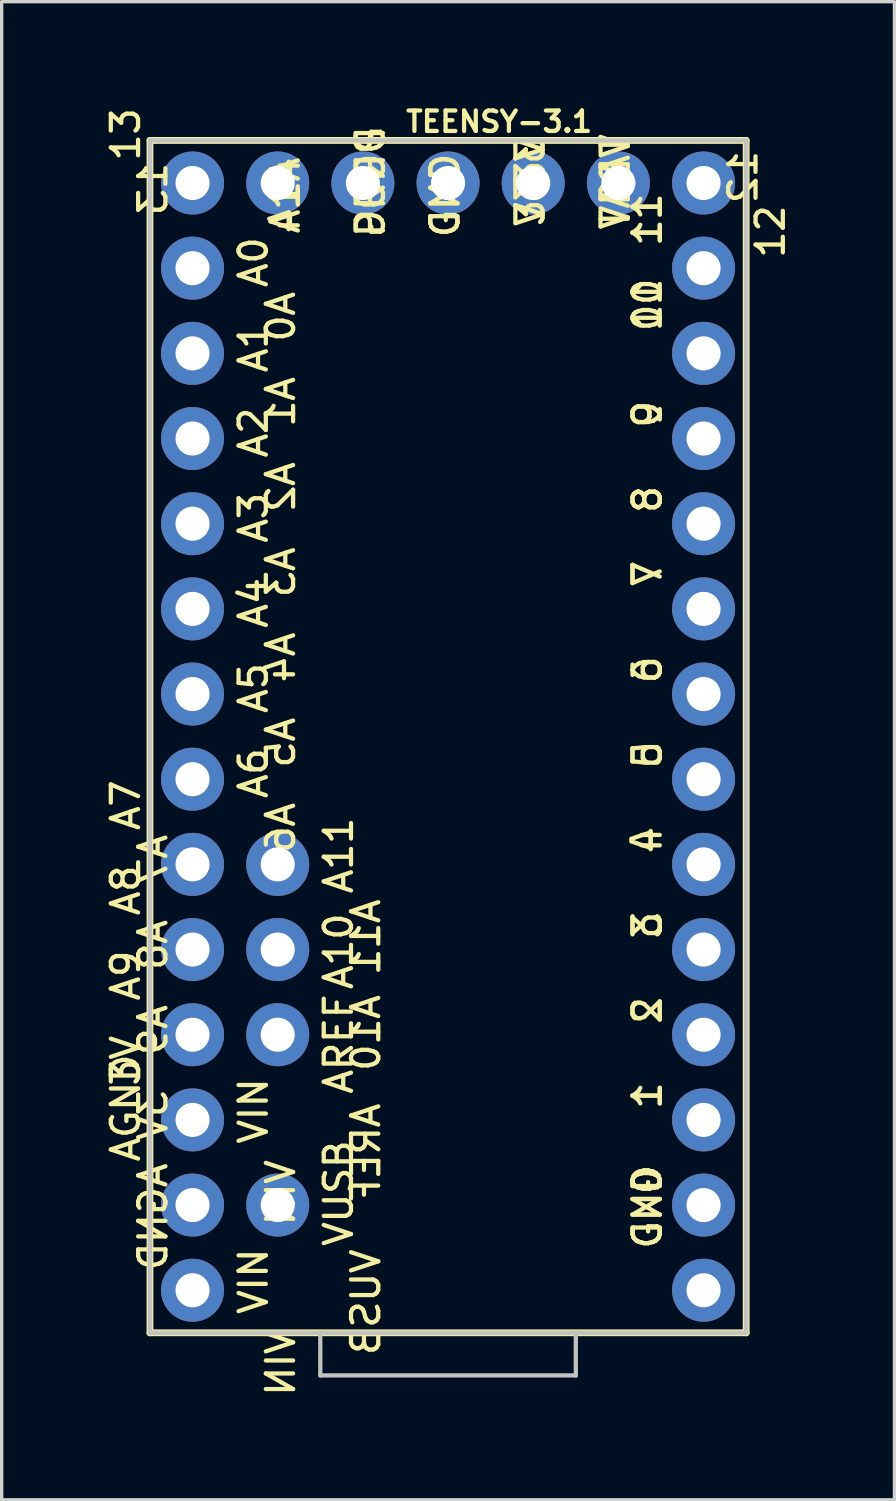
<source format=kicad_pcb>
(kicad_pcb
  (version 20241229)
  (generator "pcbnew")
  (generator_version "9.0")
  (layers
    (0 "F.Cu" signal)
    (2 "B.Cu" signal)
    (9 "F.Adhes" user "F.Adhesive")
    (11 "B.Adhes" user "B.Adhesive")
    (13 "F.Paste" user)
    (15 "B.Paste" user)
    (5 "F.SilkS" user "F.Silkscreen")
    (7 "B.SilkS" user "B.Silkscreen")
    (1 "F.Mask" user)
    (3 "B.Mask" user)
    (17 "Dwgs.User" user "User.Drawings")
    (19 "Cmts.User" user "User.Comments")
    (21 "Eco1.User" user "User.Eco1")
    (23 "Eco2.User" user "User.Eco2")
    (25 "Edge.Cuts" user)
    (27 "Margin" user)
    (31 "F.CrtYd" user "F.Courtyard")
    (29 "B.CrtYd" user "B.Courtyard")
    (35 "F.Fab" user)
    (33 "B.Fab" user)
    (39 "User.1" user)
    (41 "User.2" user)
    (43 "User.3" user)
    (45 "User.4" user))
  (footprint "TEENSY-3.1"
    (layer "F.Cu")
    (at 10.312 18.918)
    (property "Reference" "TEENSY-3.1" (at 1.524 -18.339 0) (layer "F.SilkS") (effects (font (size 0.61 0.61) (thickness 0.127))))
    (attr exclude_from_pos_files exclude_from_bom)
    (fp_line (start -8.89 -17.78) (end 8.89 -17.78) (stroke (width 0.127) (type solid)) (layer "F.SilkS"))
    (fp_line (start -8.89 -17.78) (end 8.89 -17.78) (stroke (width 0.203) (type solid)) (layer "F.SilkS"))
    (fp_line (start -8.89 17.78) (end -8.89 -17.78) (stroke (width 0.127) (type solid)) (layer "F.SilkS"))
    (fp_line (start -8.89 17.78) (end -8.89 -17.78) (stroke (width 0.203) (type solid)) (layer "F.SilkS"))
    (fp_line (start 8.89 -17.78) (end 8.89 17.78) (stroke (width 0.127) (type solid)) (layer "F.SilkS"))
    (fp_line (start 8.89 -17.78) (end 8.89 17.78) (stroke (width 0.203) (type solid)) (layer "F.SilkS"))
    (fp_line (start 8.89 17.78) (end -8.89 17.78) (stroke (width 0.127) (type solid)) (layer "F.SilkS"))
    (fp_line (start 8.89 17.78) (end -8.89 17.78) (stroke (width 0.203) (type solid)) (layer "F.SilkS"))
    (fp_line (start -8.89 -17.78) (end 8.89 -17.78) (stroke (width 0.127) (type solid)) (layer "Dwgs.User"))
    (fp_line (start -8.89 17.78) (end -8.89 -17.78) (stroke (width 0.127) (type solid)) (layer "Dwgs.User"))
    (fp_line (start -3.81 17.78) (end -8.89 17.78) (stroke (width 0.127) (type solid)) (layer "Dwgs.User"))
    (fp_line (start -3.81 19.05) (end -3.81 17.78) (stroke (width 0.127) (type solid)) (layer "Dwgs.User"))
    (fp_line (start -3.81 19.05) (end 3.81 19.05) (stroke (width 0.127) (type solid)) (layer "Dwgs.User"))
    (fp_line (start 3.81 17.78) (end -3.81 17.78) (stroke (width 0.127) (type solid)) (layer "Dwgs.User"))
    (fp_line (start 3.81 19.05) (end 3.81 17.78) (stroke (width 0.127) (type solid)) (layer "Dwgs.User"))
    (fp_line (start 8.89 -17.78) (end 8.89 17.78) (stroke (width 0.127) (type solid)) (layer "Dwgs.User"))
    (fp_line (start 8.89 17.78) (end 3.81 17.78) (stroke (width 0.127) (type solid)) (layer "Dwgs.User"))
    (fp_text user "3" (at 5.944 5.626 90) (layer "F.SilkS") (effects (font (size 0.813 0.813) (thickness 0.127))))
    (fp_text user "A14" (at -4.851 -16.139 90) (layer "F.SilkS") (effects (font (size 0.813 0.813) (thickness 0.127)) (justify mirror)))
    (fp_text user "GND" (at -0.089 -16.139 90) (layer "F.SilkS") (effects (font (size 0.813 0.813) (thickness 0.127)) (justify mirror)))
    (fp_text user "A6" (at -4.991 2.718 270) (layer "F.SilkS") (effects (font (size 0.813 0.813) (thickness 0.127)) (justify mirror)))
    (fp_text user "7" (at 5.944 -4.851 90) (layer "F.SilkS") (effects (font (size 0.813 0.813) (thickness 0.127)) (justify mirror)))
    (fp_text user "A9" (at -8.799 8.748 270) (layer "F.SilkS") (effects (font (size 0.813 0.813) (thickness 0.127)) (justify mirror)))
    (fp_text user "VUSB" (at -3.264 13.614 90) (layer "F.SilkS") (effects (font (size 0.813 0.813) (thickness 0.127))))
    (fp_text user "A5" (at -5.804 -1.448 90) (layer "F.SilkS") (effects (font (size 0.813 0.813) (thickness 0.127))))
    (fp_text user "0" (at 5.944 13.246 90) (layer "F.SilkS") (effects (font (size 0.813 0.813) (thickness 0.127)) (justify mirror)))
    (fp_text user "A4" (at -4.991 -2.362 270) (layer "F.SilkS") (effects (font (size 0.813 0.813) (thickness 0.127)) (justify mirror)))
    (fp_text user "A14" (at -4.851 -16.139 90) (layer "F.SilkS") (effects (font (size 0.813 0.813) (thickness 0.127))))
    (fp_text user "A5" (at -4.991 0.178 270) (layer "F.SilkS") (effects (font (size 0.813 0.813) (thickness 0.127)) (justify mirror)))
    (fp_text user "3V" (at -8.799 11.29 270) (layer "F.SilkS") (effects (font (size 0.813 0.813) (thickness 0.127)) (justify mirror)))
    (fp_text user "12" (at 8.799 -16.688 90) (layer "F.SilkS") (effects (font (size 0.813 0.813) (thickness 0.127)) (justify mirror)))
    (fp_text user "2" (at 5.944 8.166 90) (layer "F.SilkS") (effects (font (size 0.813 0.813) (thickness 0.127)) (justify mirror)))
    (fp_text user "A4" (at -5.804 -3.988 90) (layer "F.SilkS") (effects (font (size 0.813 0.813) (thickness 0.127))))
    (fp_text user "8" (at 5.944 -7.074 90) (layer "F.SilkS") (effects (font (size 0.813 0.813) (thickness 0.127))))
    (fp_text user "9" (at 5.944 -9.614 90) (layer "F.SilkS") (effects (font (size 0.813 0.813) (thickness 0.127)) (justify mirror)))
    (fp_text user "11" (at 5.944 -15.418 90) (layer "F.SilkS") (effects (font (size 0.813 0.813) (thickness 0.127))))
    (fp_text user "A0" (at -5.804 -14.148 90) (layer "F.SilkS") (effects (font (size 0.813 0.813) (thickness 0.127))))
    (fp_text user "VIN" (at -5.804 16.243 90) (layer "F.SilkS") (effects (font (size 0.813 0.813) (thickness 0.127))))
    (fp_text user "4" (at 5.944 3.086 90) (layer "F.SilkS") (effects (font (size 0.813 0.813) (thickness 0.127))))
    (fp_text user "GND" (at -0.089 -16.139 90) (layer "F.SilkS") (effects (font (size 0.813 0.813) (thickness 0.127))))
    (fp_text user "A10" (at -3.264 6.401 90) (layer "F.SilkS") (effects (font (size 0.813 0.813) (thickness 0.127))))
    (fp_text user "VUSB" (at -2.451 16.866 270) (layer "F.SilkS") (effects (font (size 0.813 0.813) (thickness 0.127)) (justify mirror)))
    (fp_text user "VBAT" (at 4.991 -16.548 90) (layer "F.SilkS") (effects (font (size 0.813 0.813) (thickness 0.127))))
    (fp_text user "VIN" (at -4.991 13.602 270) (layer "F.SilkS") (effects (font (size 0.813 0.813) (thickness 0.127)) (justify mirror)))
    (fp_text user "3.3V" (at 2.451 -16.548 90) (layer "F.SilkS") (effects (font (size 0.813 0.813) (thickness 0.127))))
    (fp_text user "13" (at -9.614 -17.958 90) (layer "F.SilkS") (effects (font (size 0.813 0.813) (thickness 0.127))))
    (fp_text user "A0" (at -4.991 -12.522 270) (layer "F.SilkS") (effects (font (size 0.813 0.813) (thickness 0.127)) (justify mirror)))
    (fp_text user "A8" (at -9.614 4.585 90) (layer "F.SilkS") (effects (font (size 0.813 0.813) (thickness 0.127))))
    (fp_text user "A2" (at -5.804 -9.068 90) (layer "F.SilkS") (effects (font (size 0.813 0.813) (thickness 0.127))))
    (fp_text user "3.3V" (at 2.451 -16.548 90) (layer "F.SilkS") (effects (font (size 0.813 0.813) (thickness 0.127)) (justify mirror)))
    (fp_text user "GND" (at 5.944 14.021 90) (layer "F.SilkS") (effects (font (size 0.813 0.813) (thickness 0.127)) (justify mirror)))
    (fp_text user "PROG" (at -2.311 -16.548 90) (layer "F.SilkS") (effects (font (size 0.813 0.813) (thickness 0.127))))
    (fp_text user "13" (at -8.799 -16.332 270) (layer "F.SilkS") (effects (font (size 0.813 0.813) (thickness 0.127)) (justify mirror)))
    (fp_text user "3" (at 5.944 5.626 90) (layer "F.SilkS") (effects (font (size 0.813 0.813) (thickness 0.127)) (justify mirror)))
    (fp_text user "A9" (at -9.614 7.125 90) (layer "F.SilkS") (effects (font (size 0.813 0.813) (thickness 0.127))))
    (fp_text user "VIN" (at -5.804 11.163 90) (layer "F.SilkS") (effects (font (size 0.813 0.813) (thickness 0.127))))
    (fp_text user "0" (at 5.944 13.246 90) (layer "F.SilkS") (effects (font (size 0.813 0.813) (thickness 0.127))))
    (fp_text user "6" (at 5.944 -1.994 90) (layer "F.SilkS") (effects (font (size 0.813 0.813) (thickness 0.127)) (justify mirror)))
    (fp_text user "VIN" (at -4.991 18.682 270) (layer "F.SilkS") (effects (font (size 0.813 0.813) (thickness 0.127)) (justify mirror)))
    (fp_text user "A2" (at -4.991 -7.442 270) (layer "F.SilkS") (effects (font (size 0.813 0.813) (thickness 0.127)) (justify mirror)))
    (fp_text user "A11" (at -2.451 5.982 270) (layer "F.SilkS") (effects (font (size 0.813 0.813) (thickness 0.127)) (justify mirror)))
    (fp_text user "10" (at 5.944 -12.878 90) (layer "F.SilkS") (effects (font (size 0.813 0.813) (thickness 0.127))))
    (fp_text user "A3" (at -5.804 -6.528 90) (layer "F.SilkS") (effects (font (size 0.813 0.813) (thickness 0.127))))
    (fp_text user "A11" (at -3.264 3.543 90) (layer "F.SilkS") (effects (font (size 0.813 0.813) (thickness 0.127))))
    (fp_text user "VBAT" (at 4.991 -16.548 90) (layer "F.SilkS") (effects (font (size 0.813 0.813) (thickness 0.127)) (justify mirror)))
    (fp_text user "AGND" (at -9.614 11.074 90) (layer "F.SilkS") (effects (font (size 0.813 0.813) (thickness 0.127))))
    (fp_text user "AGND" (at -8.799 14.323 270) (layer "F.SilkS") (effects (font (size 0.813 0.813) (thickness 0.127)) (justify mirror)))
    (fp_text user "2" (at 5.944 8.166 90) (layer "F.SilkS") (effects (font (size 0.813 0.813) (thickness 0.127))))
    (fp_text user "A7" (at -9.614 2.045 90) (layer "F.SilkS") (effects (font (size 0.813 0.813) (thickness 0.127))))
    (fp_text user "8" (at 5.944 -7.074 90) (layer "F.SilkS") (effects (font (size 0.813 0.813) (thickness 0.127)) (justify mirror)))
    (fp_text user "GND" (at 5.944 14.021 90) (layer "F.SilkS") (effects (font (size 0.813 0.813) (thickness 0.127))))
    (fp_text user "A7" (at -8.799 3.67 270) (layer "F.SilkS") (effects (font (size 0.813 0.813) (thickness 0.127)) (justify mirror)))
    (fp_text user "1" (at 5.944 10.706 90) (layer "F.SilkS") (effects (font (size 0.813 0.813) (thickness 0.127)) (justify mirror)))
    (fp_text user "5" (at 5.944 0.544 90) (layer "F.SilkS") (effects (font (size 0.813 0.813) (thickness 0.127)) (justify mirror)))
    (fp_text user "AREF" (at -2.451 12.421 270) (layer "F.SilkS") (effects (font (size 0.813 0.813) (thickness 0.127)) (justify mirror)))
    (fp_text user "A1" (at -5.804 -11.608 90) (layer "F.SilkS") (effects (font (size 0.813 0.813) (thickness 0.127))))
    (fp_text user "1" (at 5.944 10.706 90) (layer "F.SilkS") (effects (font (size 0.813 0.813) (thickness 0.127))))
    (fp_text user "A6" (at -5.804 1.09 90) (layer "F.SilkS") (effects (font (size 0.813 0.813) (thickness 0.127))))
    (fp_text user "AREF" (at -3.264 9.169 90) (layer "F.SilkS") (effects (font (size 0.813 0.813) (thickness 0.127))))
    (fp_text user "12" (at 9.614 -15.062 270) (layer "F.SilkS") (effects (font (size 0.813 0.813) (thickness 0.127))))
    (fp_text user "A10" (at -2.451 8.837 270) (layer "F.SilkS") (effects (font (size 0.813 0.813) (thickness 0.127)) (justify mirror)))
    (fp_text user "A8" (at -8.799 6.21 270) (layer "F.SilkS") (effects (font (size 0.813 0.813) (thickness 0.127)) (justify mirror)))
    (fp_text user "5" (at 5.944 0.544 90) (layer "F.SilkS") (effects (font (size 0.813 0.813) (thickness 0.127))))
    (fp_text user "9" (at 5.944 -9.614 90) (layer "F.SilkS") (effects (font (size 0.813 0.813) (thickness 0.127))))
    (fp_text user "4" (at 5.944 3.086 90) (layer "F.SilkS") (effects (font (size 0.813 0.813) (thickness 0.127)) (justify mirror)))
    (fp_text user "10" (at 5.944 -12.878 90) (layer "F.SilkS") (effects (font (size 0.813 0.813) (thickness 0.127)) (justify mirror)))
    (fp_text user "A3" (at -4.991 -4.902 270) (layer "F.SilkS") (effects (font (size 0.813 0.813) (thickness 0.127)) (justify mirror)))
    (fp_text user "3V" (at -9.614 9.665 90) (layer "F.SilkS") (effects (font (size 0.813 0.813) (thickness 0.127))))
    (fp_text user "6" (at 5.944 -1.994 90) (layer "F.SilkS") (effects (font (size 0.813 0.813) (thickness 0.127))))
    (fp_text user "7" (at 5.944 -4.851 90) (layer "F.SilkS") (effects (font (size 0.813 0.813) (thickness 0.127))))
    (fp_text user "11" (at 5.944 -15.418 90) (layer "F.SilkS") (effects (font (size 0.813 0.813) (thickness 0.127)) (justify mirror)))
    (fp_text user "A1" (at -4.991 -9.982 270) (layer "F.SilkS") (effects (font (size 0.813 0.813) (thickness 0.127)) (justify mirror)))
    (fp_text user "PROG" (at -2.311 -16.548 90) (layer "F.SilkS") (effects (font (size 0.813 0.813) (thickness 0.127)) (justify mirror)))
    (pad "0" thru_hole circle (at 7.62 13.97) (size 1.88 1.88) (drill 1.016) (layers "*.Cu" "*.Paste" "*.Mask"))
    (pad "1" thru_hole circle (at 7.62 11.43) (size 1.88 1.88) (drill 1.016) (layers "*.Cu" "*.Paste" "*.Mask"))
    (pad "2" thru_hole circle (at 7.62 8.89) (size 1.88 1.88) (drill 1.016) (layers "*.Cu" "*.Paste" "*.Mask"))
    (pad "3" thru_hole circle (at 7.62 6.35) (size 1.88 1.88) (drill 1.016) (layers "*.Cu" "*.Paste" "*.Mask"))
    (pad "3.3V" thru_hole circle (at 2.54 -16.51) (size 1.88 1.88) (drill 1.016) (layers "*.Cu" "*.Paste" "*.Mask"))
    (pad "3V" thru_hole circle (at -7.62 11.43) (size 1.88 1.88) (drill 1.016) (layers "*.Cu" "*.Paste" "*.Mask"))
    (pad "4" thru_hole circle (at 7.62 3.81) (size 1.88 1.88) (drill 1.016) (layers "*.Cu" "*.Paste" "*.Mask"))
    (pad "5" thru_hole circle (at 7.62 1.27) (size 1.88 1.88) (drill 1.016) (layers "*.Cu" "*.Paste" "*.Mask"))
    (pad "6" thru_hole circle (at 7.62 -1.27) (size 1.88 1.88) (drill 1.016) (layers "*.Cu" "*.Paste" "*.Mask"))
    (pad "7" thru_hole circle (at 7.62 -3.81) (size 1.88 1.88) (drill 1.016) (layers "*.Cu" "*.Paste" "*.Mask"))
    (pad "8" thru_hole circle (at 7.62 -6.35) (size 1.88 1.88) (drill 1.016) (layers "*.Cu" "*.Paste" "*.Mask"))
    (pad "9" thru_hole circle (at 7.62 -8.89) (size 1.88 1.88) (drill 1.016) (layers "*.Cu" "*.Paste" "*.Mask"))
    (pad "10" thru_hole circle (at 7.62 -11.43) (size 1.88 1.88) (drill 1.016) (layers "*.Cu" "*.Paste" "*.Mask"))
    (pad "11" thru_hole circle (at 7.62 -13.97) (size 1.88 1.88) (drill 1.016) (layers "*.Cu" "*.Paste" "*.Mask"))
    (pad "12" thru_hole circle (at 7.62 -16.51) (size 1.88 1.88) (drill 1.016) (layers "*.Cu" "*.Paste" "*.Mask"))
    (pad "13" thru_hole circle (at -7.62 -16.51) (size 1.88 1.88) (drill 1.016) (layers "*.Cu" "*.Paste" "*.Mask"))
    (pad "14" thru_hole circle (at -7.62 -13.97) (size 1.88 1.88) (drill 1.016) (layers "*.Cu" "*.Paste" "*.Mask"))
    (pad "15" thru_hole circle (at -7.62 -11.43) (size 1.88 1.88) (drill 1.016) (layers "*.Cu" "*.Paste" "*.Mask"))
    (pad "16" thru_hole circle (at -7.62 -8.89) (size 1.88 1.88) (drill 1.016) (layers "*.Cu" "*.Paste" "*.Mask"))
    (pad "17" thru_hole circle (at -7.62 -6.35) (size 1.88 1.88) (drill 1.016) (layers "*.Cu" "*.Paste" "*.Mask"))
    (pad "18" thru_hole circle (at -7.62 -3.81) (size 1.88 1.88) (drill 1.016) (layers "*.Cu" "*.Paste" "*.Mask"))
    (pad "19" thru_hole circle (at -7.62 -1.27) (size 1.88 1.88) (drill 1.016) (layers "*.Cu" "*.Paste" "*.Mask"))
    (pad "20" thru_hole circle (at -7.62 1.27) (size 1.88 1.88) (drill 1.016) (layers "*.Cu" "*.Paste" "*.Mask"))
    (pad "21" thru_hole circle (at -7.62 3.81) (size 1.88 1.88) (drill 1.016) (layers "*.Cu" "*.Paste" "*.Mask"))
    (pad "22" thru_hole circle (at -7.62 6.35) (size 1.88 1.88) (drill 1.016) (layers "*.Cu" "*.Paste" "*.Mask"))
    (pad "23" thru_hole circle (at -7.62 8.89) (size 1.88 1.88) (drill 1.016) (layers "*.Cu" "*.Paste" "*.Mask"))
    (pad "A10" thru_hole circle (at -5.08 6.35) (size 1.88 1.88) (drill 1.016) (layers "*.Cu" "*.Paste" "*.Mask"))
    (pad "A11" thru_hole circle (at -5.08 3.81) (size 1.88 1.88) (drill 1.016) (layers "*.Cu" "*.Paste" "*.Mask"))
    (pad "A14/" thru_hole circle (at -5.08 -16.51) (size 1.88 1.88) (drill 1.016) (layers "*.Cu" "*.Paste" "*.Mask"))
    (pad "AGND" thru_hole circle (at -7.62 13.97) (size 1.88 1.88) (drill 1.016) (layers "*.Cu" "*.Paste" "*.Mask"))
    (pad "AREF" thru_hole circle (at -5.08 8.89) (size 1.88 1.88) (drill 1.016) (layers "*.Cu" "*.Paste" "*.Mask"))
    (pad "GND" thru_hole circle (at 0 -16.51) (size 1.88 1.88) (drill 1.016) (layers "*.Cu" "*.Paste" "*.Mask"))
    (pad "GND1" thru_hole circle (at 7.62 16.51) (size 1.88 1.88) (drill 1.016) (layers "*.Cu" "*.Paste" "*.Mask"))
    (pad "PROG" thru_hole circle (at -2.54 -16.51) (size 1.88 1.88) (drill 1.016) (layers "*.Cu" "*.Paste" "*.Mask"))
    (pad "VBAT" thru_hole circle (at 5.08 -16.51) (size 1.88 1.88) (drill 1.016) (layers "*.Cu" "*.Paste" "*.Mask"))
    (pad "VIN" thru_hole circle (at -7.62 16.51) (size 1.88 1.88) (drill 1.016) (layers "*.Cu" "*.Paste" "*.Mask"))
    (pad "VUSB" thru_hole circle (at -5.08 13.97) (size 1.88 1.88) (drill 1.016) (layers "*.Cu" "*.Paste" "*.Mask")))
  (gr_rect
    (start -3 -3)
    (end 23.625 41.677)
    (stroke (width 0.1) (type default))
    (fill no)
    (layer "Edge.Cuts")))
</source>
